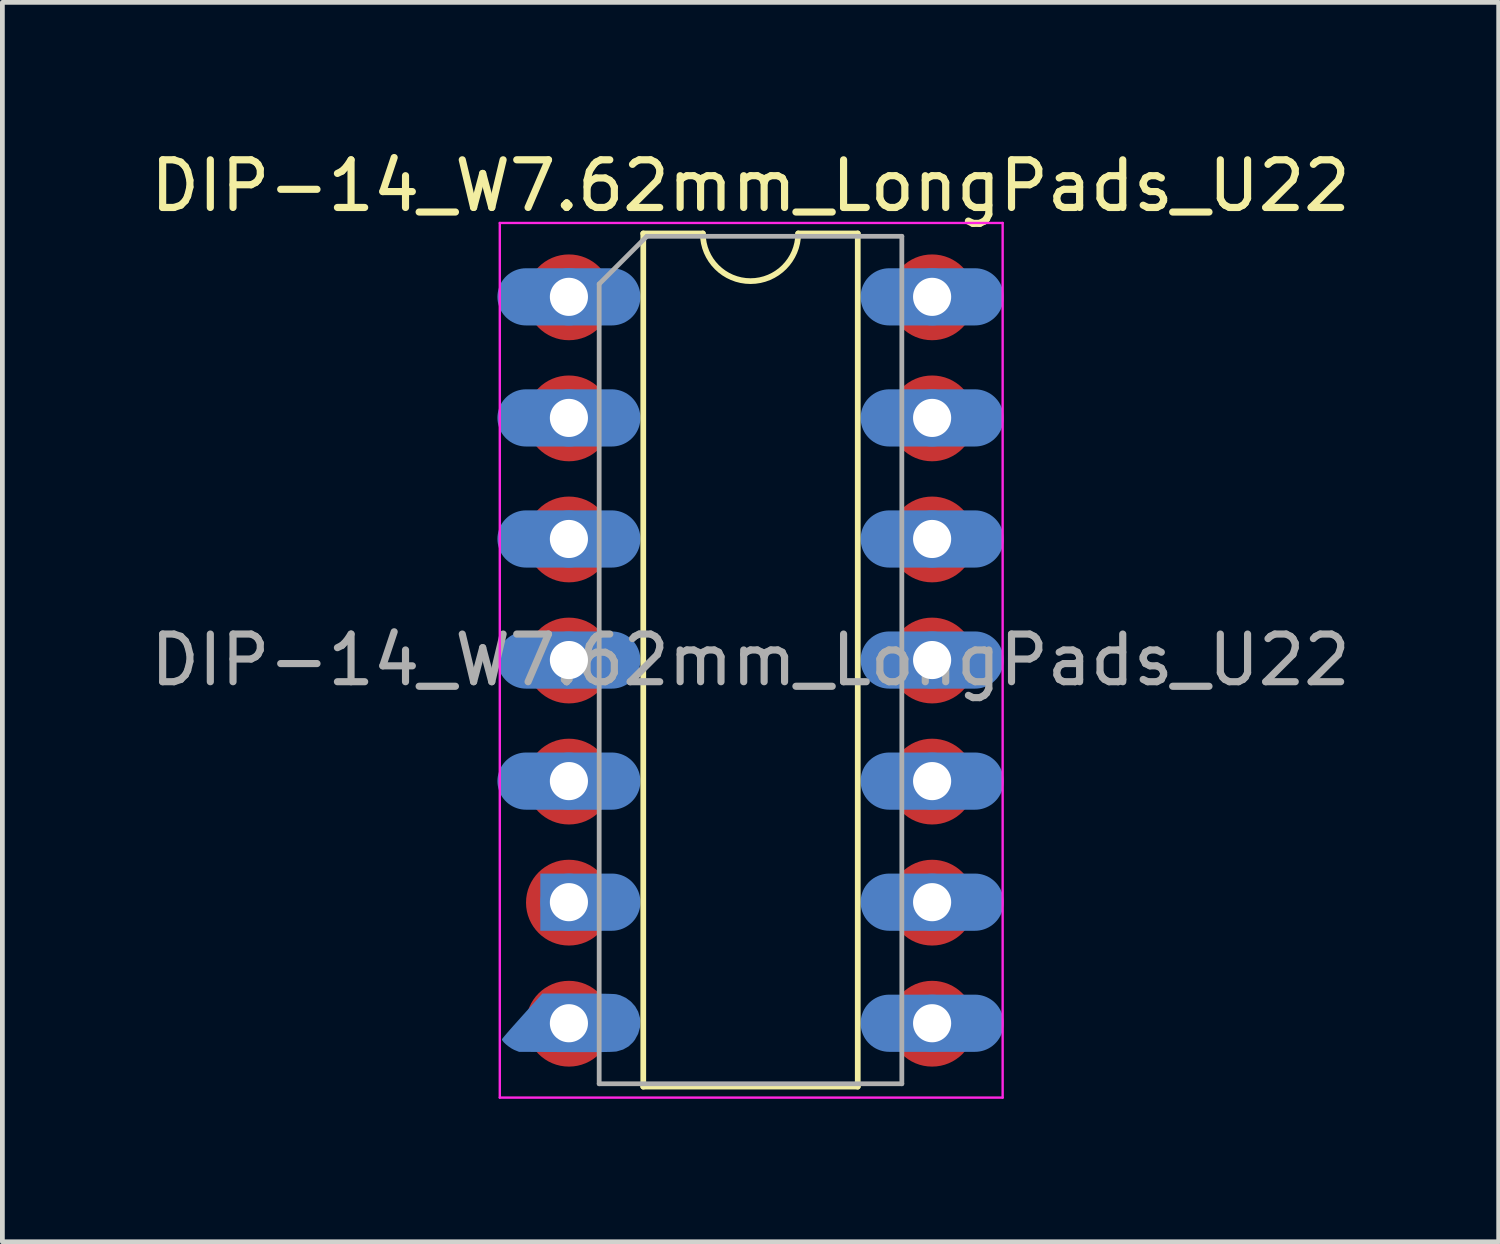
<source format=kicad_pcb>
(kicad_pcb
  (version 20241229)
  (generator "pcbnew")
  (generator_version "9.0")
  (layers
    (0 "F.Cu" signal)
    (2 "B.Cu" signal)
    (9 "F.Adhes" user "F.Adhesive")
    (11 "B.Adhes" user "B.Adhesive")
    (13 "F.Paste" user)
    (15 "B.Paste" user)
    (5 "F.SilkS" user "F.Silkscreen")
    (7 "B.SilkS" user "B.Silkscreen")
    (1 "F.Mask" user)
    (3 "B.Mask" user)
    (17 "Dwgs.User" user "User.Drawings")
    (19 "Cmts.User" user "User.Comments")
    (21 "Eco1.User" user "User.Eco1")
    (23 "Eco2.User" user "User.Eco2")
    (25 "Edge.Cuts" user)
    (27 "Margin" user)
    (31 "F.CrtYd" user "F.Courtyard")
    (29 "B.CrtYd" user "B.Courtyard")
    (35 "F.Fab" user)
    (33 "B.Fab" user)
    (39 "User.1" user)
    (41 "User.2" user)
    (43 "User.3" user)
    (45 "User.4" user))
  (footprint "DIP-14_W7.62mm_LongPads_U22"
    (layer "F.Cu")
    (at 8.886 3.178)
    (property "Reference" "DIP-14_W7.62mm_LongPads_U22" (at 3.81 -2.33 0) (layer "F.SilkS") (effects (font (size 1 1) (thickness 0.15))))
    (attr through_hole)
    (fp_line (start 1.56 -1.33) (end 1.56 16.57) (stroke (width 0.12) (type solid)) (layer "F.SilkS"))
    (fp_line (start 1.56 16.57) (end 6.06 16.57) (stroke (width 0.12) (type solid)) (layer "F.SilkS"))
    (fp_line (start 2.81 -1.33) (end 1.56 -1.33) (stroke (width 0.12) (type solid)) (layer "F.SilkS"))
    (fp_line (start 6.06 -1.33) (end 4.81 -1.33) (stroke (width 0.12) (type solid)) (layer "F.SilkS"))
    (fp_line (start 6.06 16.57) (end 6.06 -1.33) (stroke (width 0.12) (type solid)) (layer "F.SilkS"))
    (fp_arc (start 4.81 -1.33) (mid 3.81 -0.33) (end 2.81 -1.33) (stroke (width 0.12) (type solid)) (layer "F.SilkS"))
    (fp_line (start -1.45 -1.55) (end -1.45 16.8) (stroke (width 0.05) (type solid)) (layer "F.CrtYd"))
    (fp_line (start -1.45 16.8) (end 9.1 16.8) (stroke (width 0.05) (type solid)) (layer "F.CrtYd"))
    (fp_line (start 9.1 -1.55) (end -1.45 -1.55) (stroke (width 0.05) (type solid)) (layer "F.CrtYd"))
    (fp_line (start 9.1 16.8) (end 9.1 -1.55) (stroke (width 0.05) (type solid)) (layer "F.CrtYd"))
    (fp_line (start 0.635 -0.27) (end 1.635 -1.27) (stroke (width 0.1) (type solid)) (layer "F.Fab"))
    (fp_line (start 0.635 16.51) (end 0.635 -0.27) (stroke (width 0.1) (type solid)) (layer "F.Fab"))
    (fp_line (start 1.635 -1.27) (end 6.985 -1.27) (stroke (width 0.1) (type solid)) (layer "F.Fab"))
    (fp_line (start 6.985 -1.27) (end 6.985 16.51) (stroke (width 0.1) (type solid)) (layer "F.Fab"))
    (fp_line (start 6.985 16.51) (end 0.635 16.51) (stroke (width 0.1) (type solid)) (layer "F.Fab"))
    (fp_text user "${REFERENCE}" (at 3.81 7.62 0) (layer "F.Fab") (effects (font (size 1 1) (thickness 0.15))))
    (pad "1" thru_hole circle (at 0 0) (size 1.2 1.2) (drill 0.8) (layers "*.Cu" "*.Mask"))
    (pad "1" smd oval (at 0 0) (size 3 1.2) (layers "B.Cu" "B.Mask"))
    (pad "1" smd circle (at 0 0.01) (size 1.8 1.8) (layers "F.Cu" "F.Mask"))
    (pad "2" thru_hole circle (at 0 2.54) (size 1.2 1.2) (drill 0.8) (layers "*.Cu" "*.Mask"))
    (pad "2" smd oval (at 0 2.54) (size 3 1.2) (layers "B.Cu" "B.Mask"))
    (pad "2" smd circle (at 0 2.55) (size 1.8 1.8) (layers "F.Cu" "F.Mask"))
    (pad "3" thru_hole circle (at 0 5.08) (size 1.2 1.2) (drill 0.8) (layers "*.Cu" "*.Mask"))
    (pad "3" smd oval (at 0 5.08) (size 3 1.2) (layers "B.Cu" "B.Mask"))
    (pad "3" smd circle (at 0 5.09) (size 1.8 1.8) (layers "F.Cu" "F.Mask"))
    (pad "4" thru_hole circle (at 0 7.62) (size 1.2 1.2) (drill 0.8) (layers "*.Cu" "*.Mask"))
    (pad "4" smd oval (at 0 7.62) (size 3 1.2) (layers "B.Cu" "B.Mask"))
    (pad "4" smd circle (at 0 7.63) (size 1.8 1.8) (layers "F.Cu" "F.Mask"))
    (pad "5" thru_hole circle (at 0 10.16) (size 1.2 1.2) (drill 0.8) (layers "*.Cu" "*.Mask"))
    (pad "5" smd oval (at 0 10.16) (size 3 1.2) (layers "B.Cu" "B.Mask"))
    (pad "5" smd circle (at 0 10.17) (size 1.8 1.8) (layers "F.Cu" "F.Mask"))
    (pad "6" thru_hole circle (at 0 12.7) (size 1.2 1.2) (drill 0.8) (layers "*.Cu" "*.Mask"))
    (pad "6" smd custom (at 0 12.7) (size 1.2 1.2) (layers "B.Cu" "B.Mask") (options (anchor circle)) (primitives (gr_poly (pts (xy 0.901 -0.6) (xy 0.933 -0.599) (xy 0.964 -0.597) (xy 0.995 -0.593) (xy 1.025 -0.587) (xy 1.055 -0.58) (xy 1.084 -0.572) (xy 1.112 -0.562) (xy 1.139 -0.551) (xy 1.166 -0.539) (xy 1.192 -0.525) (xy 1.217 -0.51) (xy 1.241 -0.494) (xy 1.265 -0.477) (xy 1.287 -0.459) (xy 1.309 -0.44) (xy 1.329 -0.419) (xy 1.349 -0.398) (xy 1.367 -0.376) (xy 1.385 -0.353) (xy 1.401 -0.33) (xy 1.416 -0.305) (xy 1.43 -0.28) (xy 1.443 -0.254) (xy 1.455 -0.228) (xy 1.465 -0.201) (xy 1.474 -0.174) (xy 1.482 -0.146) (xy 1.488 -0.117) (xy 1.493 -0.088) (xy 1.497 -0.059) (xy 1.499 -0.03) (xy 1.5 0.000005) (xy 1.499 0.031) (xy 1.497 0.062) (xy 1.493 0.093) (xy 1.488 0.123) (xy 1.481 0.152) (xy 1.472 0.181) (xy 1.463 0.209) (xy 1.452 0.236) (xy 1.44 0.263) (xy 1.426 0.289) (xy 1.412 0.314) (xy 1.396 0.338) (xy 1.379 0.362) (xy 1.361 0.384) (xy 1.342 0.406) (xy 1.322 0.427) (xy 1.301 0.446) (xy 1.279 0.465) (xy 1.256 0.483) (xy 1.233 0.499) (xy 1.208 0.515) (xy 1.183 0.529) (xy 1.158 0.542) (xy 1.131 0.554) (xy 1.104 0.564) (xy 1.076 0.574) (xy 1.048 0.581) (xy 1.019 0.588) (xy 0.99 0.593) (xy 0.961 0.597) (xy 0.931 0.599) (xy 0.901 0.6) (xy -0.6 0.6) (xy -0.6 -0.6)) (width 0) (fill yes))))
    (pad "6" smd circle (at 0 12.71) (size 1.8 1.8) (layers "F.Cu" "F.Mask"))
    (pad "7" thru_hole circle (at 0 15.24) (size 1.2 1.2) (drill 0.8) (layers "*.Cu" "*.Mask"))
    (pad "7" smd custom (at 0 15.24) (size 1.2 1.2) (layers "B.Cu" "B.Mask") (options (anchor circle)) (primitives (gr_poly (pts (xy -1.391 0.363) (xy -1.361 0.399) (xy -1.316 0.441) (xy -1.262 0.484) (xy -1.205 0.523) (xy -1.151 0.552) (xy -1.138 0.558) (xy -1.046 0.595) (xy -0.07 0.6) (xy 0.16 0.601) (xy 0.359 0.601) (xy 0.529 0.601) (xy 0.672 0.6) (xy 0.787 0.598) (xy 0.878 0.596) (xy 0.945 0.592) (xy 0.989 0.589) (xy 1.001 0.587) (xy 1.135 0.547) (xy 1.248 0.483) (xy 1.342 0.395) (xy 1.381 0.344) (xy 1.448 0.22) (xy 1.486 0.087) (xy 1.493 -0.05) (xy 1.485 -0.117) (xy 1.449 -0.24) (xy 1.385 -0.353) (xy 1.298 -0.45) (xy 1.193 -0.528) (xy 1.073 -0.583) (xy 0.995 -0.603) (xy 0.96 -0.607) (xy 0.895 -0.61) (xy 0.805 -0.613) (xy 0.691 -0.615) (xy 0.558 -0.617) (xy 0.408 -0.619) (xy 0.244 -0.619) (xy 0.178 -0.619) (xy -0.554 -0.619) (xy -0.975 -0.151) (xy -1.067 -0.048) (xy -1.153 0.048) (xy -1.23 0.135) (xy -1.295 0.21) (xy -1.347 0.271) (xy -1.382 0.313) (xy -1.399 0.336) (xy -1.4 0.338) (xy -1.391 0.363)) (width 0.01) (fill yes))))
    (pad "7" smd circle (at 0 15.25) (size 1.8 1.8) (layers "F.Cu" "F.Mask"))
    (pad "8" thru_hole circle (at 7.62 15.24) (size 1.2 1.2) (drill 0.8) (layers "*.Cu" "*.Mask"))
    (pad "8" smd oval (at 7.62 15.24) (size 3 1.2) (layers "B.Cu" "B.Mask"))
    (pad "8" smd circle (at 7.62 15.25) (size 1.8 1.8) (layers "F.Cu" "F.Mask"))
    (pad "9" thru_hole circle (at 7.62 12.7) (size 1.2 1.2) (drill 0.8) (layers "*.Cu" "*.Mask"))
    (pad "9" smd oval (at 7.62 12.7) (size 3 1.2) (layers "B.Cu" "B.Mask"))
    (pad "9" smd circle (at 7.62 12.71) (size 1.8 1.8) (layers "F.Cu" "F.Mask"))
    (pad "10" thru_hole circle (at 7.62 10.16) (size 1.2 1.2) (drill 0.8) (layers "*.Cu" "*.Mask"))
    (pad "10" smd oval (at 7.62 10.16) (size 3 1.2) (layers "B.Cu" "B.Mask"))
    (pad "10" smd circle (at 7.62 10.17) (size 1.8 1.8) (layers "F.Cu" "F.Mask"))
    (pad "11" thru_hole circle (at 7.62 7.62) (size 1.2 1.2) (drill 0.8) (layers "*.Cu" "*.Mask"))
    (pad "11" smd oval (at 7.62 7.62) (size 3 1.2) (layers "B.Cu" "B.Mask"))
    (pad "11" smd circle (at 7.62 7.63) (size 1.8 1.8) (layers "F.Cu" "F.Mask"))
    (pad "12" thru_hole circle (at 7.62 5.08) (size 1.2 1.2) (drill 0.8) (layers "*.Cu" "*.Mask"))
    (pad "12" smd oval (at 7.62 5.08) (size 3 1.2) (layers "B.Cu" "B.Mask"))
    (pad "12" smd circle (at 7.62 5.09) (size 1.8 1.8) (layers "F.Cu" "F.Mask"))
    (pad "13" thru_hole circle (at 7.62 2.54) (size 1.2 1.2) (drill 0.8) (layers "*.Cu" "*.Mask"))
    (pad "13" smd oval (at 7.62 2.54) (size 3 1.2) (layers "B.Cu" "B.Mask"))
    (pad "13" smd circle (at 7.62 2.55) (size 1.8 1.8) (layers "F.Cu" "F.Mask"))
    (pad "14" thru_hole circle (at 7.62 0) (size 1.2 1.2) (drill 0.8) (layers "*.Cu" "*.Mask"))
    (pad "14" smd oval (at 7.62 0) (size 3 1.2) (layers "B.Cu" "B.Mask"))
    (pad "14" smd circle (at 7.62 0.01) (size 1.8 1.8) (layers "F.Cu" "F.Mask")))
  (gr_rect
    (start -3 -3)
    (end 28.393 23.003)
    (stroke (width 0.1) (type default))
    (fill no)
    (layer "Edge.Cuts")))
</source>
